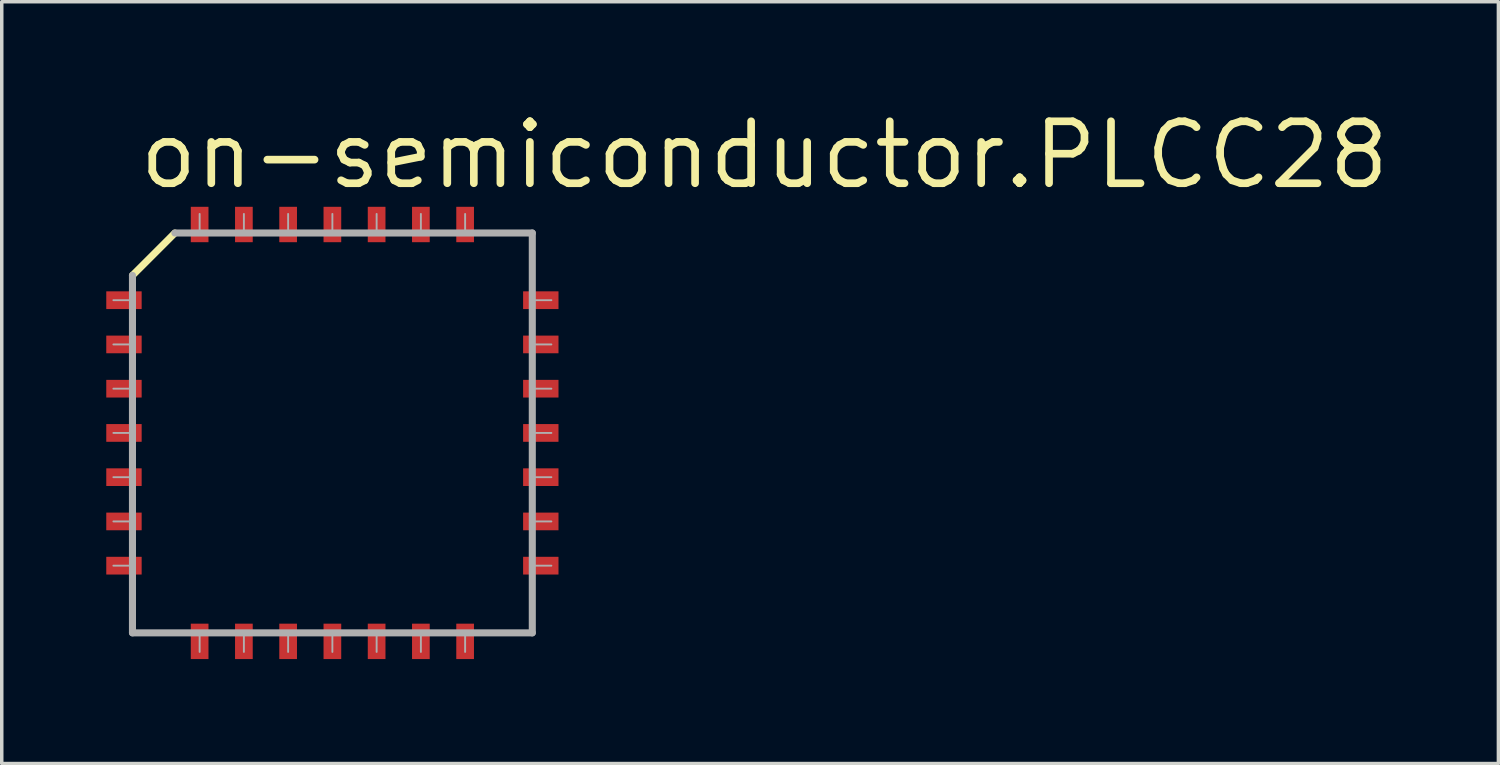
<source format=kicad_pcb>
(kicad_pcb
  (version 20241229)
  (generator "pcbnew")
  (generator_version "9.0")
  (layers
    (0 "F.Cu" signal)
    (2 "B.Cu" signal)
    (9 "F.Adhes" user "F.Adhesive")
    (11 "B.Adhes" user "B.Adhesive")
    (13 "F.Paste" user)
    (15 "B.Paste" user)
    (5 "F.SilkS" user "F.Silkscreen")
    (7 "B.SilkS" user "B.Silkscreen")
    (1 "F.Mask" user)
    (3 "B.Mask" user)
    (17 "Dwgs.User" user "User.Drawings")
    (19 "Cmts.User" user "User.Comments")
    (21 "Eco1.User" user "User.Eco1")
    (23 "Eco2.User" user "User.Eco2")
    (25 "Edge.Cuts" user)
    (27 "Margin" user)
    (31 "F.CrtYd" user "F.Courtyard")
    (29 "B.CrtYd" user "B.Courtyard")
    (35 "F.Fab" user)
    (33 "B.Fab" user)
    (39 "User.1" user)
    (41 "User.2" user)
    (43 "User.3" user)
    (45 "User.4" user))
  (footprint "on-semiconductor.PLCC28"
    (layer "F.Cu")
    (at 6.49 9.376)
    (property "Reference" "on-semiconductor.PLCC28" (at -5.652 -6.938 0) (layer "F.SilkS") (effects (font (size 1.778 1.778) (thickness 0.22)) (justify left bottom)))
    (attr smd)
    (fp_line (start -5.738 -4.521) (end -4.521 -5.738) (stroke (width 0.203) (type default)) (layer "F.SilkS"))
    (fp_line (start -5.738 -4.521) (end -5.738 5.738) (stroke (width 0.203) (type default)) (layer "F.Fab"))
    (fp_line (start -5.738 5.738) (end 5.738 5.738) (stroke (width 0.203) (type default)) (layer "F.Fab"))
    (fp_line (start 5.738 -5.738) (end -4.521 -5.738) (stroke (width 0.203) (type default)) (layer "F.Fab"))
    (fp_line (start 5.738 5.738) (end 5.738 -5.738) (stroke (width 0.203) (type default)) (layer "F.Fab"))
    (fp_rect (start -6.287 -3.808) (end -5.74 -3.812) (stroke (width 0.05) (type default)) (fill no) (layer "F.Fab"))
    (fp_rect (start -6.287 -2.538) (end -5.74 -2.542) (stroke (width 0.05) (type default)) (fill no) (layer "F.Fab"))
    (fp_rect (start -6.287 -1.268) (end -5.74 -1.272) (stroke (width 0.05) (type default)) (fill no) (layer "F.Fab"))
    (fp_rect (start -6.287 0.002) (end -5.74 -0.002) (stroke (width 0.05) (type default)) (fill no) (layer "F.Fab"))
    (fp_rect (start -6.287 1.272) (end -5.74 1.268) (stroke (width 0.05) (type default)) (fill no) (layer "F.Fab"))
    (fp_rect (start -6.287 2.542) (end -5.74 2.538) (stroke (width 0.05) (type default)) (fill no) (layer "F.Fab"))
    (fp_rect (start -6.287 3.812) (end -5.74 3.808) (stroke (width 0.05) (type default)) (fill no) (layer "F.Fab"))
    (fp_rect (start -3.812 -5.74) (end -3.808 -6.287) (stroke (width 0.05) (type default)) (fill no) (layer "F.Fab"))
    (fp_rect (start -3.812 6.287) (end -3.808 5.74) (stroke (width 0.05) (type default)) (fill no) (layer "F.Fab"))
    (fp_rect (start -2.542 -5.74) (end -2.538 -6.287) (stroke (width 0.05) (type default)) (fill no) (layer "F.Fab"))
    (fp_rect (start -2.542 6.287) (end -2.538 5.74) (stroke (width 0.05) (type default)) (fill no) (layer "F.Fab"))
    (fp_rect (start -1.272 -5.74) (end -1.268 -6.287) (stroke (width 0.05) (type default)) (fill no) (layer "F.Fab"))
    (fp_rect (start -1.272 6.287) (end -1.268 5.74) (stroke (width 0.05) (type default)) (fill no) (layer "F.Fab"))
    (fp_rect (start -0.002 -5.74) (end 0.002 -6.287) (stroke (width 0.05) (type default)) (fill no) (layer "F.Fab"))
    (fp_rect (start -0.002 6.287) (end 0.002 5.74) (stroke (width 0.05) (type default)) (fill no) (layer "F.Fab"))
    (fp_rect (start 1.268 -5.74) (end 1.272 -6.287) (stroke (width 0.05) (type default)) (fill no) (layer "F.Fab"))
    (fp_rect (start 1.268 6.287) (end 1.272 5.74) (stroke (width 0.05) (type default)) (fill no) (layer "F.Fab"))
    (fp_rect (start 2.538 -5.74) (end 2.542 -6.287) (stroke (width 0.05) (type default)) (fill no) (layer "F.Fab"))
    (fp_rect (start 2.538 6.287) (end 2.542 5.74) (stroke (width 0.05) (type default)) (fill no) (layer "F.Fab"))
    (fp_rect (start 3.808 -5.74) (end 3.812 -6.287) (stroke (width 0.05) (type default)) (fill no) (layer "F.Fab"))
    (fp_rect (start 3.808 6.287) (end 3.812 5.74) (stroke (width 0.05) (type default)) (fill no) (layer "F.Fab"))
    (fp_rect (start 5.74 -3.808) (end 6.287 -3.812) (stroke (width 0.05) (type default)) (fill no) (layer "F.Fab"))
    (fp_rect (start 5.74 -2.538) (end 6.287 -2.542) (stroke (width 0.05) (type default)) (fill no) (layer "F.Fab"))
    (fp_rect (start 5.74 -1.268) (end 6.287 -1.272) (stroke (width 0.05) (type default)) (fill no) (layer "F.Fab"))
    (fp_rect (start 5.74 0.002) (end 6.287 -0.002) (stroke (width 0.05) (type default)) (fill no) (layer "F.Fab"))
    (fp_rect (start 5.74 1.272) (end 6.287 1.268) (stroke (width 0.05) (type default)) (fill no) (layer "F.Fab"))
    (fp_rect (start 5.74 2.542) (end 6.287 2.538) (stroke (width 0.05) (type default)) (fill no) (layer "F.Fab"))
    (fp_rect (start 5.74 3.812) (end 6.287 3.808) (stroke (width 0.05) (type default)) (fill no) (layer "F.Fab"))
    (pad "1" smd roundrect (at -5.982 -3.81) (size 1.016 0.508) (layers "F.Cu" "F.Mask" "F.Paste") (roundrect_rratio 0.01))
    (pad "2" smd roundrect (at -5.982 -2.54) (size 1.016 0.508) (layers "F.Cu" "F.Mask" "F.Paste") (roundrect_rratio 0.01))
    (pad "3" smd roundrect (at -5.982 -1.27) (size 1.016 0.508) (layers "F.Cu" "F.Mask" "F.Paste") (roundrect_rratio 0.01))
    (pad "4" smd roundrect (at -5.982 0) (size 1.016 0.508) (layers "F.Cu" "F.Mask" "F.Paste") (roundrect_rratio 0.01))
    (pad "5" smd roundrect (at -5.982 1.27) (size 1.016 0.508) (layers "F.Cu" "F.Mask" "F.Paste") (roundrect_rratio 0.01))
    (pad "6" smd roundrect (at -5.982 2.54) (size 1.016 0.508) (layers "F.Cu" "F.Mask" "F.Paste") (roundrect_rratio 0.01))
    (pad "7" smd roundrect (at -5.982 3.81) (size 1.016 0.508) (layers "F.Cu" "F.Mask" "F.Paste") (roundrect_rratio 0.01))
    (pad "8" smd roundrect (at -3.81 5.982) (size 0.508 1.016) (layers "F.Cu" "F.Mask" "F.Paste") (roundrect_rratio 0.01))
    (pad "9" smd roundrect (at -2.54 5.982) (size 0.508 1.016) (layers "F.Cu" "F.Mask" "F.Paste") (roundrect_rratio 0.01))
    (pad "10" smd roundrect (at -1.27 5.982) (size 0.508 1.016) (layers "F.Cu" "F.Mask" "F.Paste") (roundrect_rratio 0.01))
    (pad "11" smd roundrect (at 0 5.982) (size 0.508 1.016) (layers "F.Cu" "F.Mask" "F.Paste") (roundrect_rratio 0.01))
    (pad "12" smd roundrect (at 1.27 5.982) (size 0.508 1.016) (layers "F.Cu" "F.Mask" "F.Paste") (roundrect_rratio 0.01))
    (pad "13" smd roundrect (at 2.54 5.982) (size 0.508 1.016) (layers "F.Cu" "F.Mask" "F.Paste") (roundrect_rratio 0.01))
    (pad "14" smd roundrect (at 3.81 5.982) (size 0.508 1.016) (layers "F.Cu" "F.Mask" "F.Paste") (roundrect_rratio 0.01))
    (pad "15" smd roundrect (at 5.982 3.81) (size 1.016 0.508) (layers "F.Cu" "F.Mask" "F.Paste") (roundrect_rratio 0.01))
    (pad "16" smd roundrect (at 5.982 2.54) (size 1.016 0.508) (layers "F.Cu" "F.Mask" "F.Paste") (roundrect_rratio 0.01))
    (pad "17" smd roundrect (at 5.982 1.27) (size 1.016 0.508) (layers "F.Cu" "F.Mask" "F.Paste") (roundrect_rratio 0.01))
    (pad "18" smd roundrect (at 5.982 0) (size 1.016 0.508) (layers "F.Cu" "F.Mask" "F.Paste") (roundrect_rratio 0.01))
    (pad "19" smd roundrect (at 5.982 -1.27) (size 1.016 0.508) (layers "F.Cu" "F.Mask" "F.Paste") (roundrect_rratio 0.01))
    (pad "20" smd roundrect (at 5.982 -2.54) (size 1.016 0.508) (layers "F.Cu" "F.Mask" "F.Paste") (roundrect_rratio 0.01))
    (pad "21" smd roundrect (at 5.982 -3.81) (size 1.016 0.508) (layers "F.Cu" "F.Mask" "F.Paste") (roundrect_rratio 0.01))
    (pad "22" smd roundrect (at 3.81 -5.982) (size 0.508 1.016) (layers "F.Cu" "F.Mask" "F.Paste") (roundrect_rratio 0.01))
    (pad "23" smd roundrect (at 2.54 -5.982) (size 0.508 1.016) (layers "F.Cu" "F.Mask" "F.Paste") (roundrect_rratio 0.01))
    (pad "24" smd roundrect (at 1.27 -5.982) (size 0.508 1.016) (layers "F.Cu" "F.Mask" "F.Paste") (roundrect_rratio 0.01))
    (pad "25" smd roundrect (at 0 -5.982) (size 0.508 1.016) (layers "F.Cu" "F.Mask" "F.Paste") (roundrect_rratio 0.01))
    (pad "26" smd roundrect (at -1.27 -5.982) (size 0.508 1.016) (layers "F.Cu" "F.Mask" "F.Paste") (roundrect_rratio 0.01))
    (pad "27" smd roundrect (at -2.54 -5.982) (size 0.508 1.016) (layers "F.Cu" "F.Mask" "F.Paste") (roundrect_rratio 0.01))
    (pad "28" smd roundrect (at -3.81 -5.982) (size 0.508 1.016) (layers "F.Cu" "F.Mask" "F.Paste") (roundrect_rratio 0.01)))
  (gr_rect
    (start -3 -3)
    (end 39.957 18.865)
    (stroke (width 0.1) (type default))
    (fill no)
    (layer "Edge.Cuts")))
</source>
